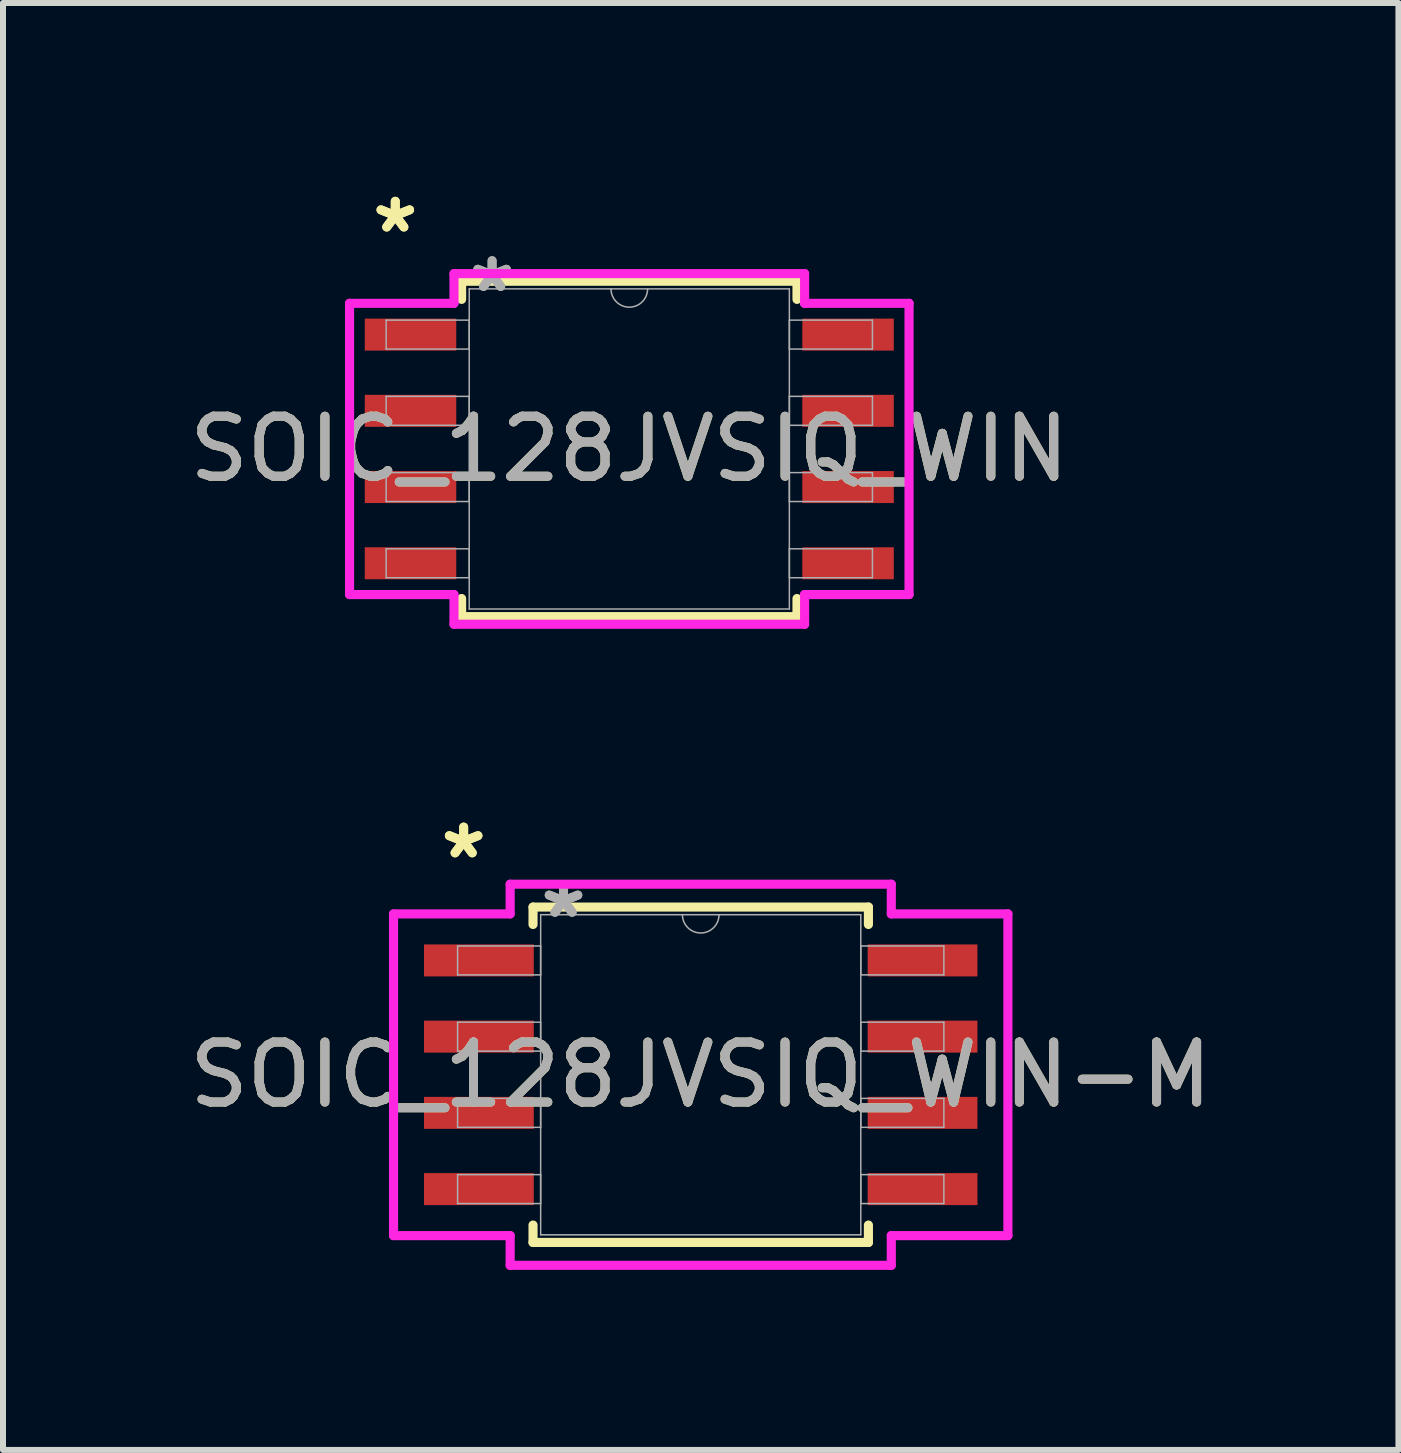
<source format=kicad_pcb>
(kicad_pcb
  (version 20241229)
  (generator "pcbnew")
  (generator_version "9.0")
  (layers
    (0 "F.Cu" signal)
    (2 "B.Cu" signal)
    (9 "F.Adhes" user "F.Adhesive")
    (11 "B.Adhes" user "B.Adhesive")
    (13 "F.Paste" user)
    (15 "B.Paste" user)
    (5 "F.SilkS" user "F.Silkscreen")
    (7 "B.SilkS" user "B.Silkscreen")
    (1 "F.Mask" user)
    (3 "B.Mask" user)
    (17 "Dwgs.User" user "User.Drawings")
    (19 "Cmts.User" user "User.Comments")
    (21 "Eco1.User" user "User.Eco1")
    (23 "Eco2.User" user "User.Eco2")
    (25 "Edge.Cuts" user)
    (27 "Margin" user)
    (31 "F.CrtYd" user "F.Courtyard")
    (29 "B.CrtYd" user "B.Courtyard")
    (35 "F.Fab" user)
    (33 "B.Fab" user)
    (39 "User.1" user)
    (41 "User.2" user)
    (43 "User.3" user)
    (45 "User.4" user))
  (footprint "SOIC_128JVSIQ_WIN-M"
    (layer "F.Cu")
    (at 8.625 14.857)
    (property "Reference" "SOIC_128JVSIQ_WIN-M" (at 0 0 0) (unlocked yes) (layer "F.SilkS") (effects (font (size 1 1) (thickness 0.15))))
    (attr smd)
    (fp_line (start -2.794 -2.794) (end -2.794 -2.504) (stroke (width 0.152) (type solid)) (layer "F.SilkS"))
    (fp_line (start -2.794 2.504) (end -2.794 2.794) (stroke (width 0.152) (type solid)) (layer "F.SilkS"))
    (fp_line (start -2.794 2.794) (end 2.794 2.794) (stroke (width 0.152) (type solid)) (layer "F.SilkS"))
    (fp_line (start 2.794 -2.794) (end -2.794 -2.794) (stroke (width 0.152) (type solid)) (layer "F.SilkS"))
    (fp_line (start 2.794 -2.504) (end 2.794 -2.794) (stroke (width 0.152) (type solid)) (layer "F.SilkS"))
    (fp_line (start 2.794 2.794) (end 2.794 2.504) (stroke (width 0.152) (type solid)) (layer "F.SilkS"))
    (fp_line (start -5.118 -2.68) (end -3.175 -2.68) (stroke (width 0.152) (type solid)) (layer "F.CrtYd"))
    (fp_line (start -5.118 2.68) (end -5.118 -2.68) (stroke (width 0.152) (type solid)) (layer "F.CrtYd"))
    (fp_line (start -5.118 2.68) (end -3.175 2.68) (stroke (width 0.152) (type solid)) (layer "F.CrtYd"))
    (fp_line (start -3.175 -3.175) (end 3.175 -3.175) (stroke (width 0.152) (type solid)) (layer "F.CrtYd"))
    (fp_line (start -3.175 -2.68) (end -3.175 -3.175) (stroke (width 0.152) (type solid)) (layer "F.CrtYd"))
    (fp_line (start -3.175 3.175) (end -3.175 2.68) (stroke (width 0.152) (type solid)) (layer "F.CrtYd"))
    (fp_line (start 3.175 -3.175) (end 3.175 -2.68) (stroke (width 0.152) (type solid)) (layer "F.CrtYd"))
    (fp_line (start 3.175 2.68) (end 3.175 3.175) (stroke (width 0.152) (type solid)) (layer "F.CrtYd"))
    (fp_line (start 3.175 3.175) (end -3.175 3.175) (stroke (width 0.152) (type solid)) (layer "F.CrtYd"))
    (fp_line (start 5.118 -2.68) (end 3.175 -2.68) (stroke (width 0.152) (type solid)) (layer "F.CrtYd"))
    (fp_line (start 5.118 -2.68) (end 5.118 2.68) (stroke (width 0.152) (type solid)) (layer "F.CrtYd"))
    (fp_line (start 5.118 2.68) (end 3.175 2.68) (stroke (width 0.152) (type solid)) (layer "F.CrtYd"))
    (fp_line (start -4.051 -2.146) (end -4.051 -1.664) (stroke (width 0.025) (type solid)) (layer "F.Fab"))
    (fp_line (start -4.051 -1.664) (end -2.667 -1.664) (stroke (width 0.025) (type solid)) (layer "F.Fab"))
    (fp_line (start -4.051 -0.876) (end -4.051 -0.394) (stroke (width 0.025) (type solid)) (layer "F.Fab"))
    (fp_line (start -4.051 -0.394) (end -2.667 -0.394) (stroke (width 0.025) (type solid)) (layer "F.Fab"))
    (fp_line (start -4.051 0.394) (end -4.051 0.876) (stroke (width 0.025) (type solid)) (layer "F.Fab"))
    (fp_line (start -4.051 0.876) (end -2.667 0.876) (stroke (width 0.025) (type solid)) (layer "F.Fab"))
    (fp_line (start -4.051 1.664) (end -4.051 2.146) (stroke (width 0.025) (type solid)) (layer "F.Fab"))
    (fp_line (start -4.051 2.146) (end -2.667 2.146) (stroke (width 0.025) (type solid)) (layer "F.Fab"))
    (fp_line (start -2.667 -2.667) (end -2.667 2.667) (stroke (width 0.025) (type solid)) (layer "F.Fab"))
    (fp_line (start -2.667 -2.146) (end -4.051 -2.146) (stroke (width 0.025) (type solid)) (layer "F.Fab"))
    (fp_line (start -2.667 -1.664) (end -2.667 -2.146) (stroke (width 0.025) (type solid)) (layer "F.Fab"))
    (fp_line (start -2.667 -0.876) (end -4.051 -0.876) (stroke (width 0.025) (type solid)) (layer "F.Fab"))
    (fp_line (start -2.667 -0.394) (end -2.667 -0.876) (stroke (width 0.025) (type solid)) (layer "F.Fab"))
    (fp_line (start -2.667 0.394) (end -4.051 0.394) (stroke (width 0.025) (type solid)) (layer "F.Fab"))
    (fp_line (start -2.667 0.876) (end -2.667 0.394) (stroke (width 0.025) (type solid)) (layer "F.Fab"))
    (fp_line (start -2.667 1.664) (end -4.051 1.664) (stroke (width 0.025) (type solid)) (layer "F.Fab"))
    (fp_line (start -2.667 2.146) (end -2.667 1.664) (stroke (width 0.025) (type solid)) (layer "F.Fab"))
    (fp_line (start -2.667 2.667) (end 2.667 2.667) (stroke (width 0.025) (type solid)) (layer "F.Fab"))
    (fp_line (start 2.667 -2.667) (end -2.667 -2.667) (stroke (width 0.025) (type solid)) (layer "F.Fab"))
    (fp_line (start 2.667 -2.146) (end 2.667 -1.664) (stroke (width 0.025) (type solid)) (layer "F.Fab"))
    (fp_line (start 2.667 -1.664) (end 4.051 -1.664) (stroke (width 0.025) (type solid)) (layer "F.Fab"))
    (fp_line (start 2.667 -0.876) (end 2.667 -0.394) (stroke (width 0.025) (type solid)) (layer "F.Fab"))
    (fp_line (start 2.667 -0.394) (end 4.051 -0.394) (stroke (width 0.025) (type solid)) (layer "F.Fab"))
    (fp_line (start 2.667 0.394) (end 2.667 0.876) (stroke (width 0.025) (type solid)) (layer "F.Fab"))
    (fp_line (start 2.667 0.876) (end 4.051 0.876) (stroke (width 0.025) (type solid)) (layer "F.Fab"))
    (fp_line (start 2.667 1.664) (end 2.667 2.146) (stroke (width 0.025) (type solid)) (layer "F.Fab"))
    (fp_line (start 2.667 2.146) (end 4.051 2.146) (stroke (width 0.025) (type solid)) (layer "F.Fab"))
    (fp_line (start 2.667 2.667) (end 2.667 -2.667) (stroke (width 0.025) (type solid)) (layer "F.Fab"))
    (fp_line (start 4.051 -2.146) (end 2.667 -2.146) (stroke (width 0.025) (type solid)) (layer "F.Fab"))
    (fp_line (start 4.051 -1.664) (end 4.051 -2.146) (stroke (width 0.025) (type solid)) (layer "F.Fab"))
    (fp_line (start 4.051 -0.876) (end 2.667 -0.876) (stroke (width 0.025) (type solid)) (layer "F.Fab"))
    (fp_line (start 4.051 -0.394) (end 4.051 -0.876) (stroke (width 0.025) (type solid)) (layer "F.Fab"))
    (fp_line (start 4.051 0.394) (end 2.667 0.394) (stroke (width 0.025) (type solid)) (layer "F.Fab"))
    (fp_line (start 4.051 0.876) (end 4.051 0.394) (stroke (width 0.025) (type solid)) (layer "F.Fab"))
    (fp_line (start 4.051 1.664) (end 2.667 1.664) (stroke (width 0.025) (type solid)) (layer "F.Fab"))
    (fp_line (start 4.051 2.146) (end 4.051 1.664) (stroke (width 0.025) (type solid)) (layer "F.Fab"))
    (fp_arc (start 0.3048 -2.667) (mid 0 -2.3622) (end -0.3048 -2.667) (stroke (width 0.0254) (type solid)) (layer "F.Fab"))
    (fp_text user "*" (at -3.95 -3.581 0) (unlocked yes) (layer "F.SilkS") (effects (font (size 1 1) (thickness 0.15))))
    (fp_text user "*" (at -3.95 -3.581 0) (layer "F.SilkS") (effects (font (size 1 1) (thickness 0.15))))
    (fp_text user "*" (at -2.286 -2.591 0) (layer "F.Fab") (effects (font (size 1 1) (thickness 0.15))))
    (fp_text user "*" (at -2.286 -2.591 0) (unlocked yes) (layer "F.Fab") (effects (font (size 1 1) (thickness 0.15))))
    (fp_text user "${REFERENCE}" (at 0 0 0) (unlocked yes) (layer "F.Fab") (effects (font (size 1 1) (thickness 0.15))))
    (pad "1" smd rect (at -3.696 -1.905) (size 1.829 0.533) (layers "F.Cu" "F.Mask" "F.Paste"))
    (pad "2" smd rect (at -3.696 -0.635) (size 1.829 0.533) (layers "F.Cu" "F.Mask" "F.Paste"))
    (pad "3" smd rect (at -3.696 0.635) (size 1.829 0.533) (layers "F.Cu" "F.Mask" "F.Paste"))
    (pad "4" smd rect (at -3.696 1.905) (size 1.829 0.533) (layers "F.Cu" "F.Mask" "F.Paste"))
    (pad "5" smd rect (at 3.696 1.905) (size 1.829 0.533) (layers "F.Cu" "F.Mask" "F.Paste"))
    (pad "6" smd rect (at 3.696 0.635) (size 1.829 0.533) (layers "F.Cu" "F.Mask" "F.Paste"))
    (pad "7" smd rect (at 3.696 -0.635) (size 1.829 0.533) (layers "F.Cu" "F.Mask" "F.Paste"))
    (pad "8" smd rect (at 3.696 -1.905) (size 1.829 0.533) (layers "F.Cu" "F.Mask" "F.Paste")))
  (footprint "SOIC_128JVSIQ_WIN"
    (layer "F.Cu")
    (at 7.435 4.43)
    (property "Reference" "SOIC_128JVSIQ_WIN" (at 0 0 0) (unlocked yes) (layer "F.SilkS") (effects (font (size 1 1) (thickness 0.15))))
    (attr smd)
    (fp_line (start -2.794 -2.794) (end -2.794 -2.492) (stroke (width 0.152) (type solid)) (layer "F.SilkS"))
    (fp_line (start -2.794 2.492) (end -2.794 2.794) (stroke (width 0.152) (type solid)) (layer "F.SilkS"))
    (fp_line (start -2.794 2.794) (end 2.794 2.794) (stroke (width 0.152) (type solid)) (layer "F.SilkS"))
    (fp_line (start 2.794 -2.794) (end -2.794 -2.794) (stroke (width 0.152) (type solid)) (layer "F.SilkS"))
    (fp_line (start 2.794 -2.492) (end 2.794 -2.794) (stroke (width 0.152) (type solid)) (layer "F.SilkS"))
    (fp_line (start 2.794 2.794) (end 2.794 2.492) (stroke (width 0.152) (type solid)) (layer "F.SilkS"))
    (fp_line (start -4.661 -2.426) (end -2.921 -2.426) (stroke (width 0.152) (type solid)) (layer "F.CrtYd"))
    (fp_line (start -4.661 2.426) (end -4.661 -2.426) (stroke (width 0.152) (type solid)) (layer "F.CrtYd"))
    (fp_line (start -4.661 2.426) (end -2.921 2.426) (stroke (width 0.152) (type solid)) (layer "F.CrtYd"))
    (fp_line (start -2.921 -2.921) (end 2.921 -2.921) (stroke (width 0.152) (type solid)) (layer "F.CrtYd"))
    (fp_line (start -2.921 -2.426) (end -2.921 -2.921) (stroke (width 0.152) (type solid)) (layer "F.CrtYd"))
    (fp_line (start -2.921 2.921) (end -2.921 2.426) (stroke (width 0.152) (type solid)) (layer "F.CrtYd"))
    (fp_line (start 2.921 -2.921) (end 2.921 -2.426) (stroke (width 0.152) (type solid)) (layer "F.CrtYd"))
    (fp_line (start 2.921 2.426) (end 2.921 2.921) (stroke (width 0.152) (type solid)) (layer "F.CrtYd"))
    (fp_line (start 2.921 2.921) (end -2.921 2.921) (stroke (width 0.152) (type solid)) (layer "F.CrtYd"))
    (fp_line (start 4.661 -2.426) (end 2.921 -2.426) (stroke (width 0.152) (type solid)) (layer "F.CrtYd"))
    (fp_line (start 4.661 -2.426) (end 4.661 2.426) (stroke (width 0.152) (type solid)) (layer "F.CrtYd"))
    (fp_line (start 4.661 2.426) (end 2.921 2.426) (stroke (width 0.152) (type solid)) (layer "F.CrtYd"))
    (fp_line (start -4.051 -2.146) (end -4.051 -1.664) (stroke (width 0.025) (type solid)) (layer "F.Fab"))
    (fp_line (start -4.051 -1.664) (end -2.667 -1.664) (stroke (width 0.025) (type solid)) (layer "F.Fab"))
    (fp_line (start -4.051 -0.876) (end -4.051 -0.394) (stroke (width 0.025) (type solid)) (layer "F.Fab"))
    (fp_line (start -4.051 -0.394) (end -2.667 -0.394) (stroke (width 0.025) (type solid)) (layer "F.Fab"))
    (fp_line (start -4.051 0.394) (end -4.051 0.876) (stroke (width 0.025) (type solid)) (layer "F.Fab"))
    (fp_line (start -4.051 0.876) (end -2.667 0.876) (stroke (width 0.025) (type solid)) (layer "F.Fab"))
    (fp_line (start -4.051 1.664) (end -4.051 2.146) (stroke (width 0.025) (type solid)) (layer "F.Fab"))
    (fp_line (start -4.051 2.146) (end -2.667 2.146) (stroke (width 0.025) (type solid)) (layer "F.Fab"))
    (fp_line (start -2.667 -2.667) (end -2.667 2.667) (stroke (width 0.025) (type solid)) (layer "F.Fab"))
    (fp_line (start -2.667 -2.146) (end -4.051 -2.146) (stroke (width 0.025) (type solid)) (layer "F.Fab"))
    (fp_line (start -2.667 -1.664) (end -2.667 -2.146) (stroke (width 0.025) (type solid)) (layer "F.Fab"))
    (fp_line (start -2.667 -0.876) (end -4.051 -0.876) (stroke (width 0.025) (type solid)) (layer "F.Fab"))
    (fp_line (start -2.667 -0.394) (end -2.667 -0.876) (stroke (width 0.025) (type solid)) (layer "F.Fab"))
    (fp_line (start -2.667 0.394) (end -4.051 0.394) (stroke (width 0.025) (type solid)) (layer "F.Fab"))
    (fp_line (start -2.667 0.876) (end -2.667 0.394) (stroke (width 0.025) (type solid)) (layer "F.Fab"))
    (fp_line (start -2.667 1.664) (end -4.051 1.664) (stroke (width 0.025) (type solid)) (layer "F.Fab"))
    (fp_line (start -2.667 2.146) (end -2.667 1.664) (stroke (width 0.025) (type solid)) (layer "F.Fab"))
    (fp_line (start -2.667 2.667) (end 2.667 2.667) (stroke (width 0.025) (type solid)) (layer "F.Fab"))
    (fp_line (start 2.667 -2.667) (end -2.667 -2.667) (stroke (width 0.025) (type solid)) (layer "F.Fab"))
    (fp_line (start 2.667 -2.146) (end 2.667 -1.664) (stroke (width 0.025) (type solid)) (layer "F.Fab"))
    (fp_line (start 2.667 -1.664) (end 4.051 -1.664) (stroke (width 0.025) (type solid)) (layer "F.Fab"))
    (fp_line (start 2.667 -0.876) (end 2.667 -0.394) (stroke (width 0.025) (type solid)) (layer "F.Fab"))
    (fp_line (start 2.667 -0.394) (end 4.051 -0.394) (stroke (width 0.025) (type solid)) (layer "F.Fab"))
    (fp_line (start 2.667 0.394) (end 2.667 0.876) (stroke (width 0.025) (type solid)) (layer "F.Fab"))
    (fp_line (start 2.667 0.876) (end 4.051 0.876) (stroke (width 0.025) (type solid)) (layer "F.Fab"))
    (fp_line (start 2.667 1.664) (end 2.667 2.146) (stroke (width 0.025) (type solid)) (layer "F.Fab"))
    (fp_line (start 2.667 2.146) (end 4.051 2.146) (stroke (width 0.025) (type solid)) (layer "F.Fab"))
    (fp_line (start 2.667 2.667) (end 2.667 -2.667) (stroke (width 0.025) (type solid)) (layer "F.Fab"))
    (fp_line (start 4.051 -2.146) (end 2.667 -2.146) (stroke (width 0.025) (type solid)) (layer "F.Fab"))
    (fp_line (start 4.051 -1.664) (end 4.051 -2.146) (stroke (width 0.025) (type solid)) (layer "F.Fab"))
    (fp_line (start 4.051 -0.876) (end 2.667 -0.876) (stroke (width 0.025) (type solid)) (layer "F.Fab"))
    (fp_line (start 4.051 -0.394) (end 4.051 -0.876) (stroke (width 0.025) (type solid)) (layer "F.Fab"))
    (fp_line (start 4.051 0.394) (end 2.667 0.394) (stroke (width 0.025) (type solid)) (layer "F.Fab"))
    (fp_line (start 4.051 0.876) (end 4.051 0.394) (stroke (width 0.025) (type solid)) (layer "F.Fab"))
    (fp_line (start 4.051 1.664) (end 2.667 1.664) (stroke (width 0.025) (type solid)) (layer "F.Fab"))
    (fp_line (start 4.051 2.146) (end 4.051 1.664) (stroke (width 0.025) (type solid)) (layer "F.Fab"))
    (fp_arc (start 0.3048 -2.667) (mid 0 -2.3622) (end -0.3048 -2.667) (stroke (width 0.0254) (type solid)) (layer "F.Fab"))
    (fp_text user "*" (at -3.899 -3.581 0) (unlocked yes) (layer "F.SilkS") (effects (font (size 1 1) (thickness 0.15))))
    (fp_text user "*" (at -3.899 -3.581 0) (layer "F.SilkS") (effects (font (size 1 1) (thickness 0.15))))
    (fp_text user "*" (at -2.286 -2.591 0) (unlocked yes) (layer "F.Fab") (effects (font (size 1 1) (thickness 0.15))))
    (fp_text user "*" (at -2.286 -2.591 0) (layer "F.Fab") (effects (font (size 1 1) (thickness 0.15))))
    (fp_text user "${REFERENCE}" (at 0 0 0) (unlocked yes) (layer "F.Fab") (effects (font (size 1 1) (thickness 0.15))))
    (pad "1" smd rect (at -3.645 -1.905) (size 1.524 0.533) (layers "F.Cu" "F.Mask" "F.Paste"))
    (pad "2" smd rect (at -3.645 -0.635) (size 1.524 0.533) (layers "F.Cu" "F.Mask" "F.Paste"))
    (pad "3" smd rect (at -3.645 0.635) (size 1.524 0.533) (layers "F.Cu" "F.Mask" "F.Paste"))
    (pad "4" smd rect (at -3.645 1.905) (size 1.524 0.533) (layers "F.Cu" "F.Mask" "F.Paste"))
    (pad "5" smd rect (at 3.645 1.905) (size 1.524 0.533) (layers "F.Cu" "F.Mask" "F.Paste"))
    (pad "6" smd rect (at 3.645 0.635) (size 1.524 0.533) (layers "F.Cu" "F.Mask" "F.Paste"))
    (pad "7" smd rect (at 3.645 -0.635) (size 1.524 0.533) (layers "F.Cu" "F.Mask" "F.Paste"))
    (pad "8" smd rect (at 3.645 -1.905) (size 1.524 0.533) (layers "F.Cu" "F.Mask" "F.Paste")))
  (gr_rect
    (start -3 -3)
    (end 20.25 21.108)
    (stroke (width 0.1) (type default))
    (fill no)
    (layer "Edge.Cuts")))
</source>
